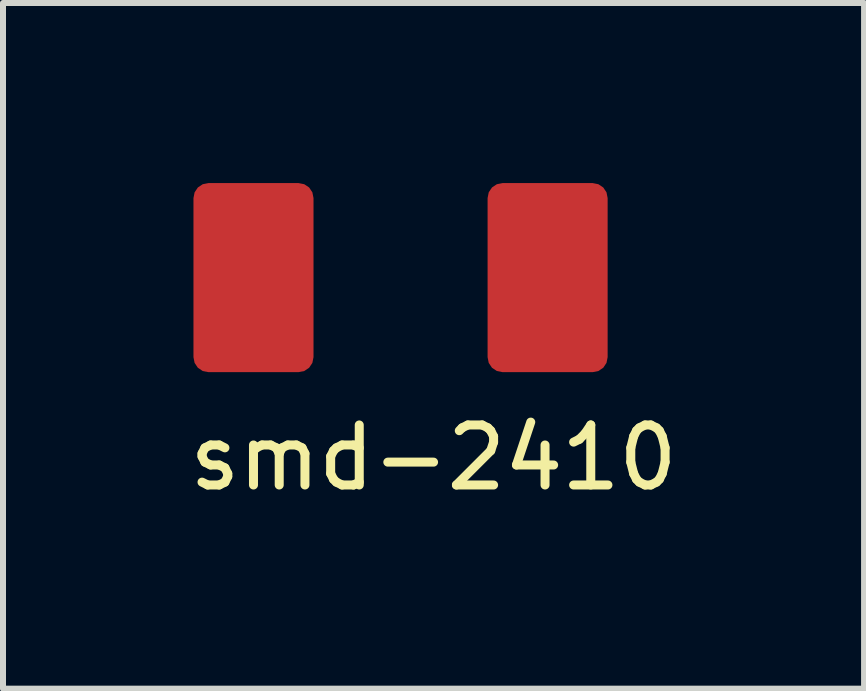
<source format=kicad_pcb>
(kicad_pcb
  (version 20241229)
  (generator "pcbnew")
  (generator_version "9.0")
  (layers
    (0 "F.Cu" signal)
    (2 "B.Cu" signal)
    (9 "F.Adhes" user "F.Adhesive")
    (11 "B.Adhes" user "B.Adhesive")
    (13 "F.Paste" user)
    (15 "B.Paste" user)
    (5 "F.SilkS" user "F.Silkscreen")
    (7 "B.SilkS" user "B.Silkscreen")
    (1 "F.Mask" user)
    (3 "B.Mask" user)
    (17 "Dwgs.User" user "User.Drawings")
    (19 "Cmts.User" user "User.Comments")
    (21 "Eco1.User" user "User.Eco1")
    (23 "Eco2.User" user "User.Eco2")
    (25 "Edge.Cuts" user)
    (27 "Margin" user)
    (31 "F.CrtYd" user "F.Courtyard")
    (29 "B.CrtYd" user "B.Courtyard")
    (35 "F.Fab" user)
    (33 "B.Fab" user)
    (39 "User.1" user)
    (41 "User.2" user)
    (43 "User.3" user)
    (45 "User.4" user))
  (footprint "smd-2410"
    (layer "F.Cu")
    (at 1.173 1.575)
    (property "Reference" "smd-2410" (at 3 3 0) (layer "F.SilkS") (effects (font (size 1 1) (thickness 0.15))))
    (attr through_hole)
    (pad "1" smd roundrect (at 4.9 0 180) (size 2 3.15) (layers "F.Cu" "F.Mask" "F.Paste") (roundrect_rratio 0.125))
    (pad "2" smd roundrect (at 0 0 180) (size 2 3.15) (layers "F.Cu" "F.Mask" "F.Paste") (roundrect_rratio 0.125)))
  (gr_rect
    (start -3 -3)
    (end 11.345 8.423)
    (stroke (width 0.1) (type default))
    (fill no)
    (layer "Edge.Cuts")))
</source>
